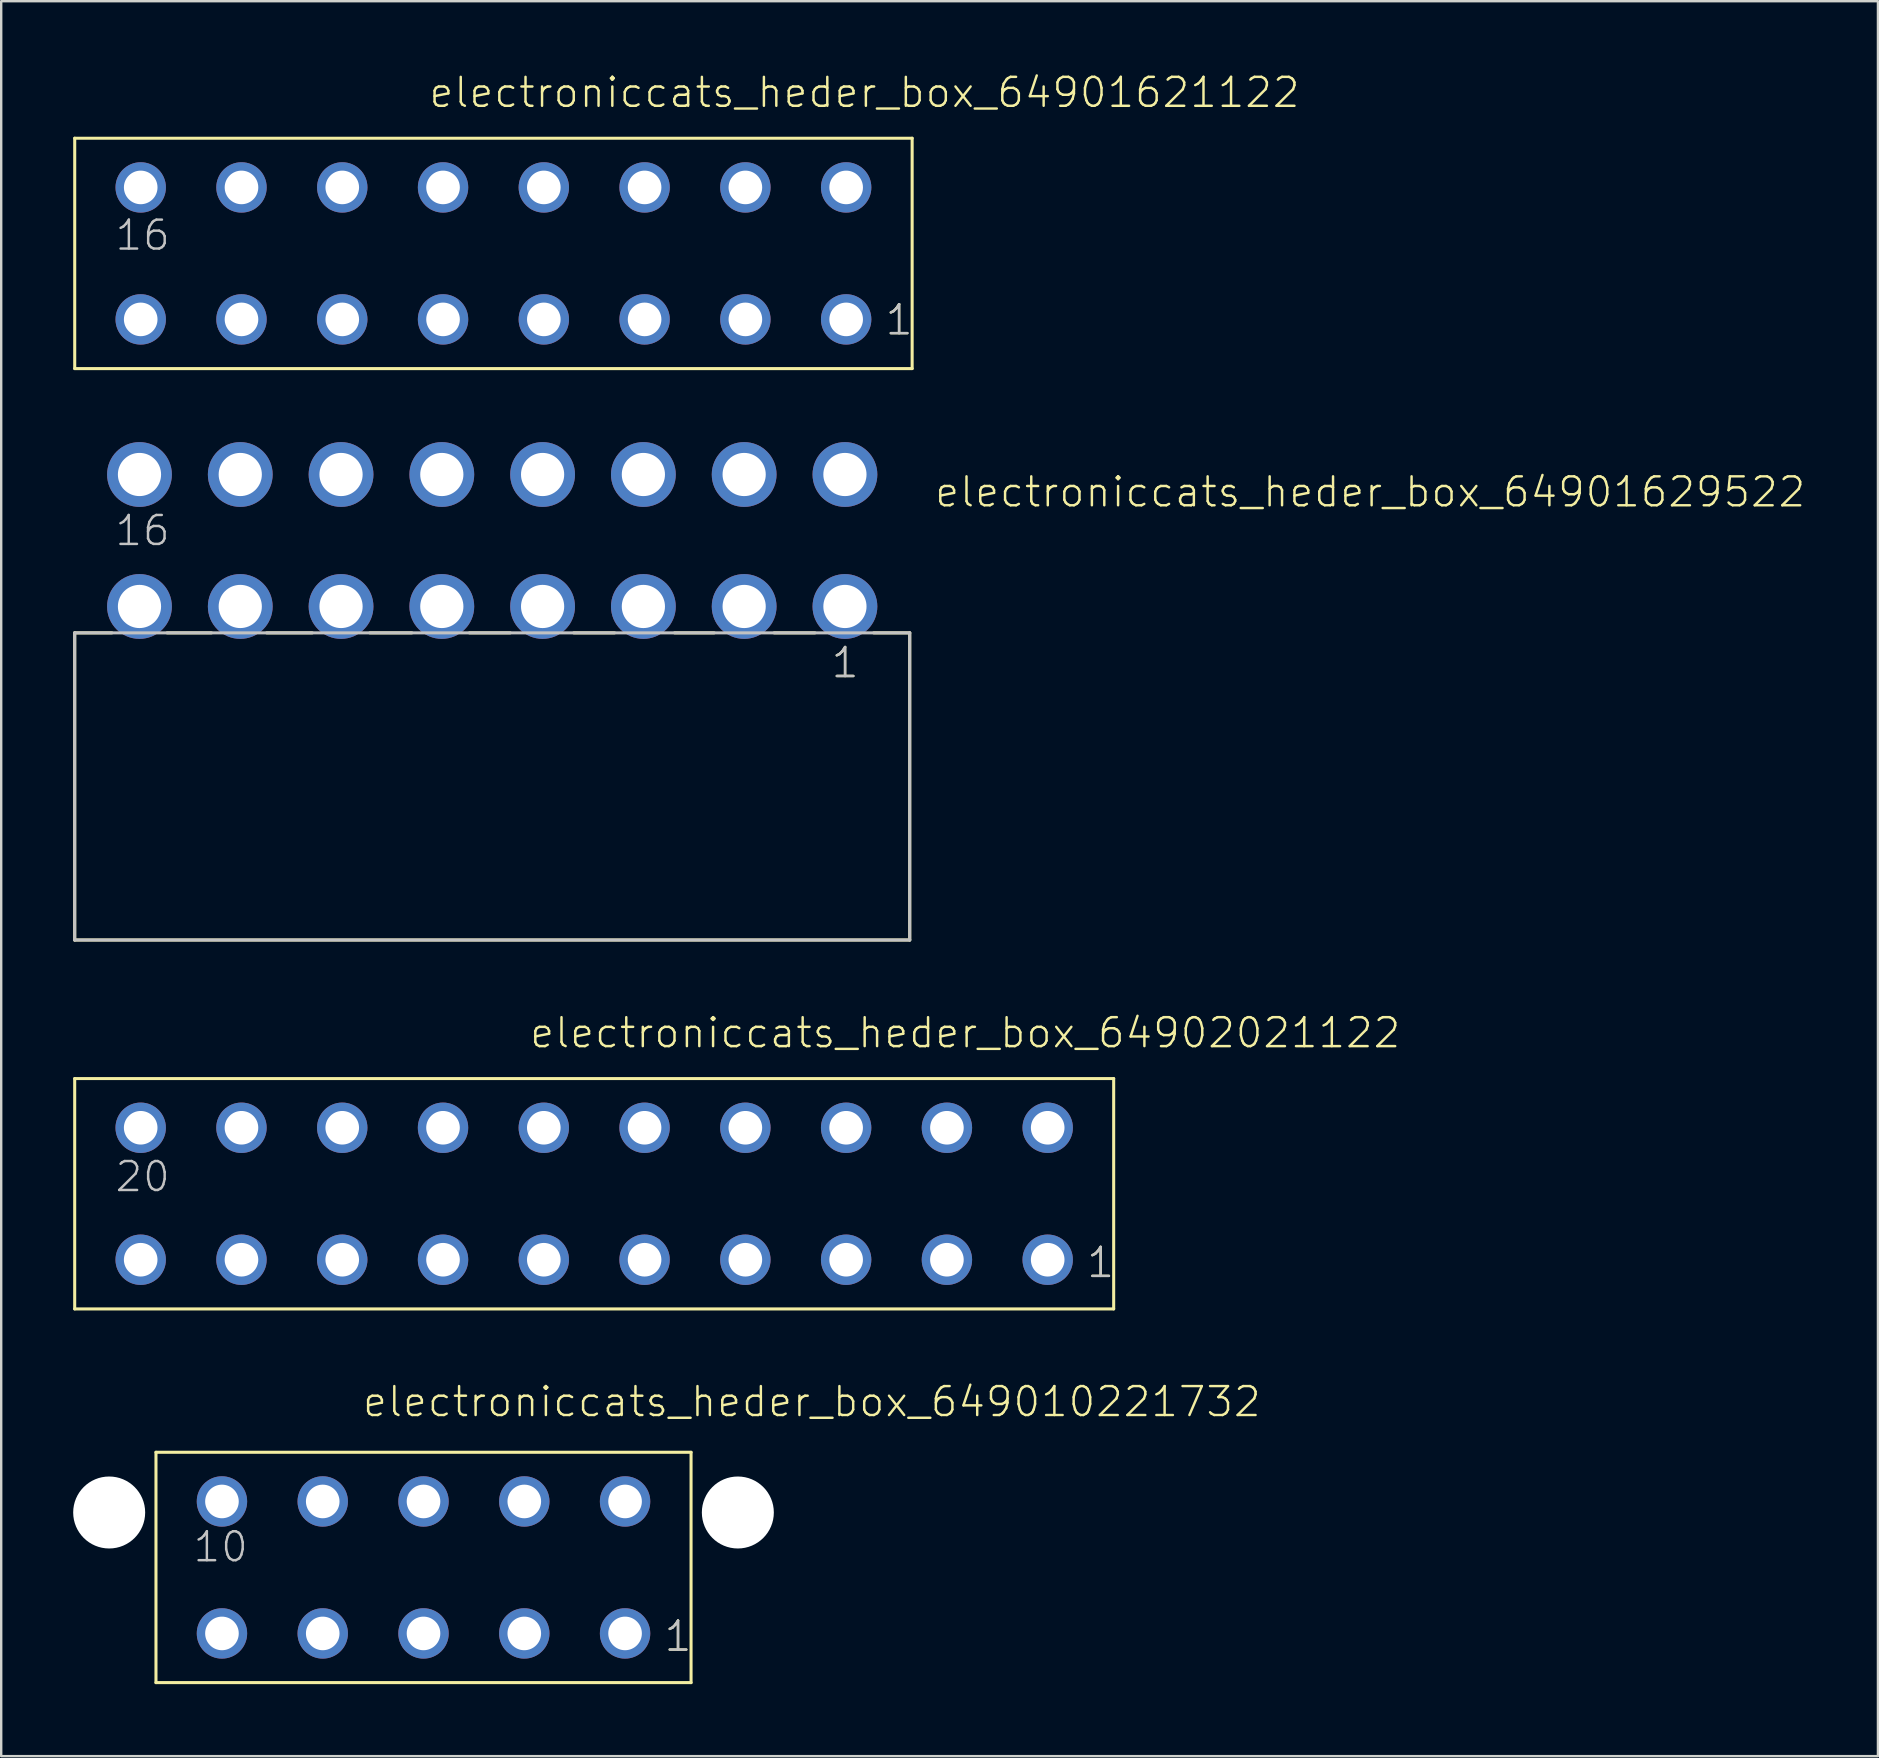
<source format=kicad_pcb>
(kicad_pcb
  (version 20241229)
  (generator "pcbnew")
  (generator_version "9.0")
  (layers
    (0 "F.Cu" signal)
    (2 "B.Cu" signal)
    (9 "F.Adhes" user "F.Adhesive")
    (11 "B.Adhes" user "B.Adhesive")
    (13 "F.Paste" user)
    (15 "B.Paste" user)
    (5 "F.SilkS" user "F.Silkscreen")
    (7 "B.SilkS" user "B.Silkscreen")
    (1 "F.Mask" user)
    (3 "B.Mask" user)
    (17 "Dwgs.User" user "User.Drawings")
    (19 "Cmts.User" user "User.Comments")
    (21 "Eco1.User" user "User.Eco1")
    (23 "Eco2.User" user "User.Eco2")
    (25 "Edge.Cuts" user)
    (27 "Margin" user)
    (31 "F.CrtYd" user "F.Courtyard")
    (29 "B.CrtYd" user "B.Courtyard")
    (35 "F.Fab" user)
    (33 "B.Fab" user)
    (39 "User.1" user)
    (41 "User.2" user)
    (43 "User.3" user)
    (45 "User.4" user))
  (footprint "electroniccats_heder_box_64902021122"
    (layer "F.Cu")
    (at 21.713 46.7)
    (property "Reference" "electroniccats_heder_box_64902021122" (at -2.75 -6 0) (layer "F.SilkS") (effects (font (size 1.206 1.206) (thickness 0.102)) (justify left bottom)))
    (attr through_hole)
    (fp_line (start -21.65 -4.8) (end 21.65 -4.8) (stroke (width 0.127) (type solid)) (layer "F.SilkS"))
    (fp_line (start -21.65 4.8) (end -21.65 -4.8) (stroke (width 0.127) (type solid)) (layer "F.SilkS"))
    (fp_line (start 21.65 -4.8) (end 21.65 4.8) (stroke (width 0.127) (type solid)) (layer "F.SilkS"))
    (fp_line (start 21.65 4.8) (end -21.65 4.8) (stroke (width 0.127) (type solid)) (layer "F.SilkS"))
    (fp_text user "1" (at 20.465 3.575 0) (layer "F.SilkS") (effects (font (size 1.206 1.206) (thickness 0.102)) (justify left bottom)))
    (fp_text user "1" (at 20.465 3.575 0) (layer "Dwgs.User") (effects (font (size 1.206 1.206) (thickness 0.102)) (justify left bottom)))
    (fp_text user "20" (at -20.035 -0.005 0) (layer "Dwgs.User") (effects (font (size 1.206 1.206) (thickness 0.102)) (justify left bottom)))
    (pad "1" thru_hole circle (at 18.9 2.75) (size 2.1 2.1) (drill 1.4) (layers "*.Cu" "*.Mask"))
    (pad "2" thru_hole circle (at 14.7 2.75) (size 2.1 2.1) (drill 1.4) (layers "*.Cu" "*.Mask"))
    (pad "3" thru_hole circle (at 10.5 2.75) (size 2.1 2.1) (drill 1.4) (layers "*.Cu" "*.Mask"))
    (pad "4" thru_hole circle (at 6.3 2.75) (size 2.1 2.1) (drill 1.4) (layers "*.Cu" "*.Mask"))
    (pad "5" thru_hole circle (at 2.1 2.75) (size 2.1 2.1) (drill 1.4) (layers "*.Cu" "*.Mask"))
    (pad "6" thru_hole circle (at -2.1 2.75) (size 2.1 2.1) (drill 1.4) (layers "*.Cu" "*.Mask"))
    (pad "7" thru_hole circle (at -6.3 2.75) (size 2.1 2.1) (drill 1.4) (layers "*.Cu" "*.Mask"))
    (pad "8" thru_hole circle (at -10.5 2.75) (size 2.1 2.1) (drill 1.4) (layers "*.Cu" "*.Mask"))
    (pad "9" thru_hole circle (at -14.7 2.75) (size 2.1 2.1) (drill 1.4) (layers "*.Cu" "*.Mask"))
    (pad "10" thru_hole circle (at -18.9 2.75) (size 2.1 2.1) (drill 1.4) (layers "*.Cu" "*.Mask"))
    (pad "11" thru_hole circle (at 18.9 -2.75) (size 2.1 2.1) (drill 1.4) (layers "*.Cu" "*.Mask"))
    (pad "12" thru_hole circle (at 14.7 -2.75) (size 2.1 2.1) (drill 1.4) (layers "*.Cu" "*.Mask"))
    (pad "13" thru_hole circle (at 10.5 -2.75) (size 2.1 2.1) (drill 1.4) (layers "*.Cu" "*.Mask"))
    (pad "14" thru_hole circle (at 6.3 -2.75) (size 2.1 2.1) (drill 1.4) (layers "*.Cu" "*.Mask"))
    (pad "15" thru_hole circle (at 2.1 -2.75) (size 2.1 2.1) (drill 1.4) (layers "*.Cu" "*.Mask"))
    (pad "16" thru_hole circle (at -2.1 -2.75) (size 2.1 2.1) (drill 1.4) (layers "*.Cu" "*.Mask"))
    (pad "17" thru_hole circle (at -6.3 -2.75) (size 2.1 2.1) (drill 1.4) (layers "*.Cu" "*.Mask"))
    (pad "18" thru_hole circle (at -10.5 -2.75) (size 2.1 2.1) (drill 1.4) (layers "*.Cu" "*.Mask"))
    (pad "19" thru_hole circle (at -14.7 -2.75) (size 2.1 2.1) (drill 1.4) (layers "*.Cu" "*.Mask"))
    (pad "20" thru_hole circle (at -18.9 -2.75) (size 2.1 2.1) (drill 1.4) (layers "*.Cu" "*.Mask")))
  (footprint "electroniccats_heder_box_64901629522"
    (layer "F.Cu")
    (at 17.463 19.475)
    (property "Reference" "electroniccats_heder_box_64901629522" (at 18.378 -1.315 0) (layer "F.SilkS") (effects (font (size 1.206 1.206) (thickness 0.102)) (justify left bottom)))
    (attr through_hole)
    (fp_line (start -17.4 3.85) (end -15.85 3.85) (stroke (width 0.127) (type solid)) (layer "F.SilkS"))
    (fp_line (start -17.4 16.65) (end -17.4 3.85) (stroke (width 0.127) (type solid)) (layer "F.SilkS"))
    (fp_line (start -13.55 3.85) (end -11.7 3.85) (stroke (width 0.127) (type solid)) (layer "F.SilkS"))
    (fp_line (start -9.4 3.85) (end -7.5 3.85) (stroke (width 0.127) (type solid)) (layer "F.SilkS"))
    (fp_line (start -5.1 3.85) (end -3.35 3.85) (stroke (width 0.127) (type solid)) (layer "F.SilkS"))
    (fp_line (start -0.95 3.85) (end 0.75 3.85) (stroke (width 0.127) (type solid)) (layer "F.SilkS"))
    (fp_line (start 3.4 3.85) (end 5.1 3.85) (stroke (width 0.127) (type solid)) (layer "F.SilkS"))
    (fp_line (start 7.6 3.85) (end 9.25 3.85) (stroke (width 0.127) (type solid)) (layer "F.SilkS"))
    (fp_line (start 11.75 3.85) (end 13.45 3.85) (stroke (width 0.127) (type solid)) (layer "F.SilkS"))
    (fp_line (start 15.9 3.85) (end 17.4 3.85) (stroke (width 0.127) (type solid)) (layer "F.SilkS"))
    (fp_line (start 17.4 3.85) (end 17.4 16.65) (stroke (width 0.127) (type solid)) (layer "F.SilkS"))
    (fp_line (start 17.4 16.65) (end -17.4 16.65) (stroke (width 0.127) (type solid)) (layer "F.SilkS"))
    (fp_line (start -17.4 3.85) (end 17.4 3.85) (stroke (width 0.127) (type solid)) (layer "Dwgs.User"))
    (fp_line (start -17.4 16.65) (end -17.4 3.85) (stroke (width 0.127) (type solid)) (layer "Dwgs.User"))
    (fp_line (start 17.4 3.85) (end 17.4 16.65) (stroke (width 0.127) (type solid)) (layer "Dwgs.User"))
    (fp_line (start 17.4 16.65) (end -17.4 16.65) (stroke (width 0.127) (type solid)) (layer "Dwgs.User"))
    (fp_text user "1" (at 14.065 5.8 0) (layer "F.SilkS") (effects (font (size 1.206 1.206) (thickness 0.102)) (justify left bottom)))
    (fp_text user "16" (at -15.79 0.295 0) (layer "Dwgs.User") (effects (font (size 1.206 1.206) (thickness 0.102)) (justify left bottom)))
    (fp_text user "1" (at 14.065 5.8 0) (layer "Dwgs.User") (effects (font (size 1.206 1.206) (thickness 0.102)) (justify left bottom)))
    (pad "1" thru_hole circle (at 14.7 2.75) (size 2.7 2.7) (drill 1.8) (layers "*.Cu" "*.Mask"))
    (pad "2" thru_hole circle (at 10.5 2.75) (size 2.7 2.7) (drill 1.8) (layers "*.Cu" "*.Mask"))
    (pad "3" thru_hole circle (at 6.3 2.75) (size 2.7 2.7) (drill 1.8) (layers "*.Cu" "*.Mask"))
    (pad "4" thru_hole circle (at 2.1 2.75) (size 2.7 2.7) (drill 1.8) (layers "*.Cu" "*.Mask"))
    (pad "5" thru_hole circle (at -2.1 2.75) (size 2.7 2.7) (drill 1.8) (layers "*.Cu" "*.Mask"))
    (pad "6" thru_hole circle (at -6.3 2.75) (size 2.7 2.7) (drill 1.8) (layers "*.Cu" "*.Mask"))
    (pad "7" thru_hole circle (at -10.5 2.75) (size 2.7 2.7) (drill 1.8) (layers "*.Cu" "*.Mask"))
    (pad "8" thru_hole circle (at -14.7 2.75) (size 2.7 2.7) (drill 1.8) (layers "*.Cu" "*.Mask"))
    (pad "9" thru_hole circle (at 14.7 -2.75) (size 2.7 2.7) (drill 1.8) (layers "*.Cu" "*.Mask"))
    (pad "10" thru_hole circle (at 10.5 -2.75) (size 2.7 2.7) (drill 1.8) (layers "*.Cu" "*.Mask"))
    (pad "11" thru_hole circle (at 6.3 -2.75) (size 2.7 2.7) (drill 1.8) (layers "*.Cu" "*.Mask"))
    (pad "12" thru_hole circle (at 2.1 -2.75) (size 2.7 2.7) (drill 1.8) (layers "*.Cu" "*.Mask"))
    (pad "13" thru_hole circle (at -2.1 -2.75) (size 2.7 2.7) (drill 1.8) (layers "*.Cu" "*.Mask"))
    (pad "14" thru_hole circle (at -6.3 -2.75) (size 2.7 2.7) (drill 1.8) (layers "*.Cu" "*.Mask"))
    (pad "15" thru_hole circle (at -10.5 -2.75) (size 2.7 2.7) (drill 1.8) (layers "*.Cu" "*.Mask"))
    (pad "16" thru_hole circle (at -14.7 -2.75) (size 2.7 2.7) (drill 1.8) (layers "*.Cu" "*.Mask")))
  (footprint "electroniccats_heder_box_64901621122"
    (layer "F.Cu")
    (at 17.514 7.511)
    (property "Reference" "electroniccats_heder_box_64901621122" (at -2.75 -6 0) (layer "F.SilkS") (effects (font (size 1.206 1.206) (thickness 0.102)) (justify left bottom)))
    (attr through_hole)
    (fp_line (start -17.45 -4.8) (end 17.45 -4.8) (stroke (width 0.127) (type solid)) (layer "F.SilkS"))
    (fp_line (start -17.45 4.8) (end -17.45 -4.8) (stroke (width 0.127) (type solid)) (layer "F.SilkS"))
    (fp_line (start 17.45 -4.8) (end 17.45 4.8) (stroke (width 0.127) (type solid)) (layer "F.SilkS"))
    (fp_line (start 17.45 4.8) (end -17.45 4.8) (stroke (width 0.127) (type solid)) (layer "F.SilkS"))
    (fp_text user "1" (at 16.265 3.475 0) (layer "F.SilkS") (effects (font (size 1.206 1.206) (thickness 0.102)) (justify left bottom)))
    (fp_text user "1" (at 16.265 3.475 0) (layer "Dwgs.User") (effects (font (size 1.206 1.206) (thickness 0.102)) (justify left bottom)))
    (fp_text user "16" (at -15.835 -0.05 0) (layer "Dwgs.User") (effects (font (size 1.206 1.206) (thickness 0.102)) (justify left bottom)))
    (pad "1" thru_hole circle (at 14.7 2.75) (size 2.1 2.1) (drill 1.4) (layers "*.Cu" "*.Mask"))
    (pad "2" thru_hole circle (at 10.5 2.75) (size 2.1 2.1) (drill 1.4) (layers "*.Cu" "*.Mask"))
    (pad "3" thru_hole circle (at 6.3 2.75) (size 2.1 2.1) (drill 1.4) (layers "*.Cu" "*.Mask"))
    (pad "4" thru_hole circle (at 2.1 2.75) (size 2.1 2.1) (drill 1.4) (layers "*.Cu" "*.Mask"))
    (pad "5" thru_hole circle (at -2.1 2.75) (size 2.1 2.1) (drill 1.4) (layers "*.Cu" "*.Mask"))
    (pad "6" thru_hole circle (at -6.3 2.75) (size 2.1 2.1) (drill 1.4) (layers "*.Cu" "*.Mask"))
    (pad "7" thru_hole circle (at -10.5 2.75) (size 2.1 2.1) (drill 1.4) (layers "*.Cu" "*.Mask"))
    (pad "8" thru_hole circle (at -14.7 2.75) (size 2.1 2.1) (drill 1.4) (layers "*.Cu" "*.Mask"))
    (pad "9" thru_hole circle (at 14.7 -2.75) (size 2.1 2.1) (drill 1.4) (layers "*.Cu" "*.Mask"))
    (pad "10" thru_hole circle (at 10.5 -2.75) (size 2.1 2.1) (drill 1.4) (layers "*.Cu" "*.Mask"))
    (pad "11" thru_hole circle (at 6.3 -2.75) (size 2.1 2.1) (drill 1.4) (layers "*.Cu" "*.Mask"))
    (pad "12" thru_hole circle (at 2.1 -2.75) (size 2.1 2.1) (drill 1.4) (layers "*.Cu" "*.Mask"))
    (pad "13" thru_hole circle (at -2.1 -2.75) (size 2.1 2.1) (drill 1.4) (layers "*.Cu" "*.Mask"))
    (pad "14" thru_hole circle (at -6.3 -2.75) (size 2.1 2.1) (drill 1.4) (layers "*.Cu" "*.Mask"))
    (pad "15" thru_hole circle (at -10.5 -2.75) (size 2.1 2.1) (drill 1.4) (layers "*.Cu" "*.Mask"))
    (pad "16" thru_hole circle (at -14.7 -2.75) (size 2.1 2.1) (drill 1.4) (layers "*.Cu" "*.Mask")))
  (footprint "electroniccats_heder_box_649010221732"
    (layer "F.Cu")
    (at 14.6 62.274)
    (property "Reference" "electroniccats_heder_box_649010221732" (at -2.605 -6.2 0) (layer "F.SilkS") (effects (font (size 1.206 1.206) (thickness 0.102)) (justify left bottom)))
    (attr through_hole)
    (fp_line (start -11.15 -4.8) (end 11.15 -4.8) (stroke (width 0.127) (type solid)) (layer "F.SilkS"))
    (fp_line (start -11.15 4.8) (end -11.15 -4.8) (stroke (width 0.127) (type solid)) (layer "F.SilkS"))
    (fp_line (start 11.15 -4.8) (end 11.15 4.8) (stroke (width 0.127) (type solid)) (layer "F.SilkS"))
    (fp_line (start 11.15 4.8) (end -11.15 4.8) (stroke (width 0.127) (type solid)) (layer "F.SilkS"))
    (fp_text user "1" (at 9.965 3.575 0) (layer "F.SilkS") (effects (font (size 1.206 1.206) (thickness 0.102)) (justify left bottom)))
    (fp_text user "1" (at 9.965 3.575 0) (layer "Dwgs.User") (effects (font (size 1.206 1.206) (thickness 0.102)) (justify left bottom)))
    (fp_text user "10" (at -9.67 -0.15 0) (layer "Dwgs.User") (effects (font (size 1.206 1.206) (thickness 0.102)) (justify left bottom)))
    (pad "" np_thru_hole circle (at -13.1 -2.29) (size 3 3) (drill 3) (layers "*.Cu"))
    (pad "" np_thru_hole circle (at 13.1 -2.29) (size 3 3) (drill 3) (layers "*.Cu"))
    (pad "1" thru_hole circle (at 8.4 2.75) (size 2.1 2.1) (drill 1.4) (layers "*.Cu" "*.Mask"))
    (pad "2" thru_hole circle (at 4.2 2.75) (size 2.1 2.1) (drill 1.4) (layers "*.Cu" "*.Mask"))
    (pad "3" thru_hole circle (at 0 2.75) (size 2.1 2.1) (drill 1.4) (layers "*.Cu" "*.Mask"))
    (pad "4" thru_hole circle (at -4.2 2.75) (size 2.1 2.1) (drill 1.4) (layers "*.Cu" "*.Mask"))
    (pad "5" thru_hole circle (at -8.4 2.75) (size 2.1 2.1) (drill 1.4) (layers "*.Cu" "*.Mask"))
    (pad "6" thru_hole circle (at 8.4 -2.75) (size 2.1 2.1) (drill 1.4) (layers "*.Cu" "*.Mask"))
    (pad "7" thru_hole circle (at 4.2 -2.75) (size 2.1 2.1) (drill 1.4) (layers "*.Cu" "*.Mask"))
    (pad "8" thru_hole circle (at 0 -2.75) (size 2.1 2.1) (drill 1.4) (layers "*.Cu" "*.Mask"))
    (pad "9" thru_hole circle (at -4.2 -2.75) (size 2.1 2.1) (drill 1.4) (layers "*.Cu" "*.Mask"))
    (pad "10" thru_hole circle (at -8.4 -2.75) (size 2.1 2.1) (drill 1.4) (layers "*.Cu" "*.Mask")))
  (gr_rect
    (start -3 -3)
    (end 75.214 70.138)
    (stroke (width 0.1) (type default))
    (fill no)
    (layer "Edge.Cuts")))
</source>
